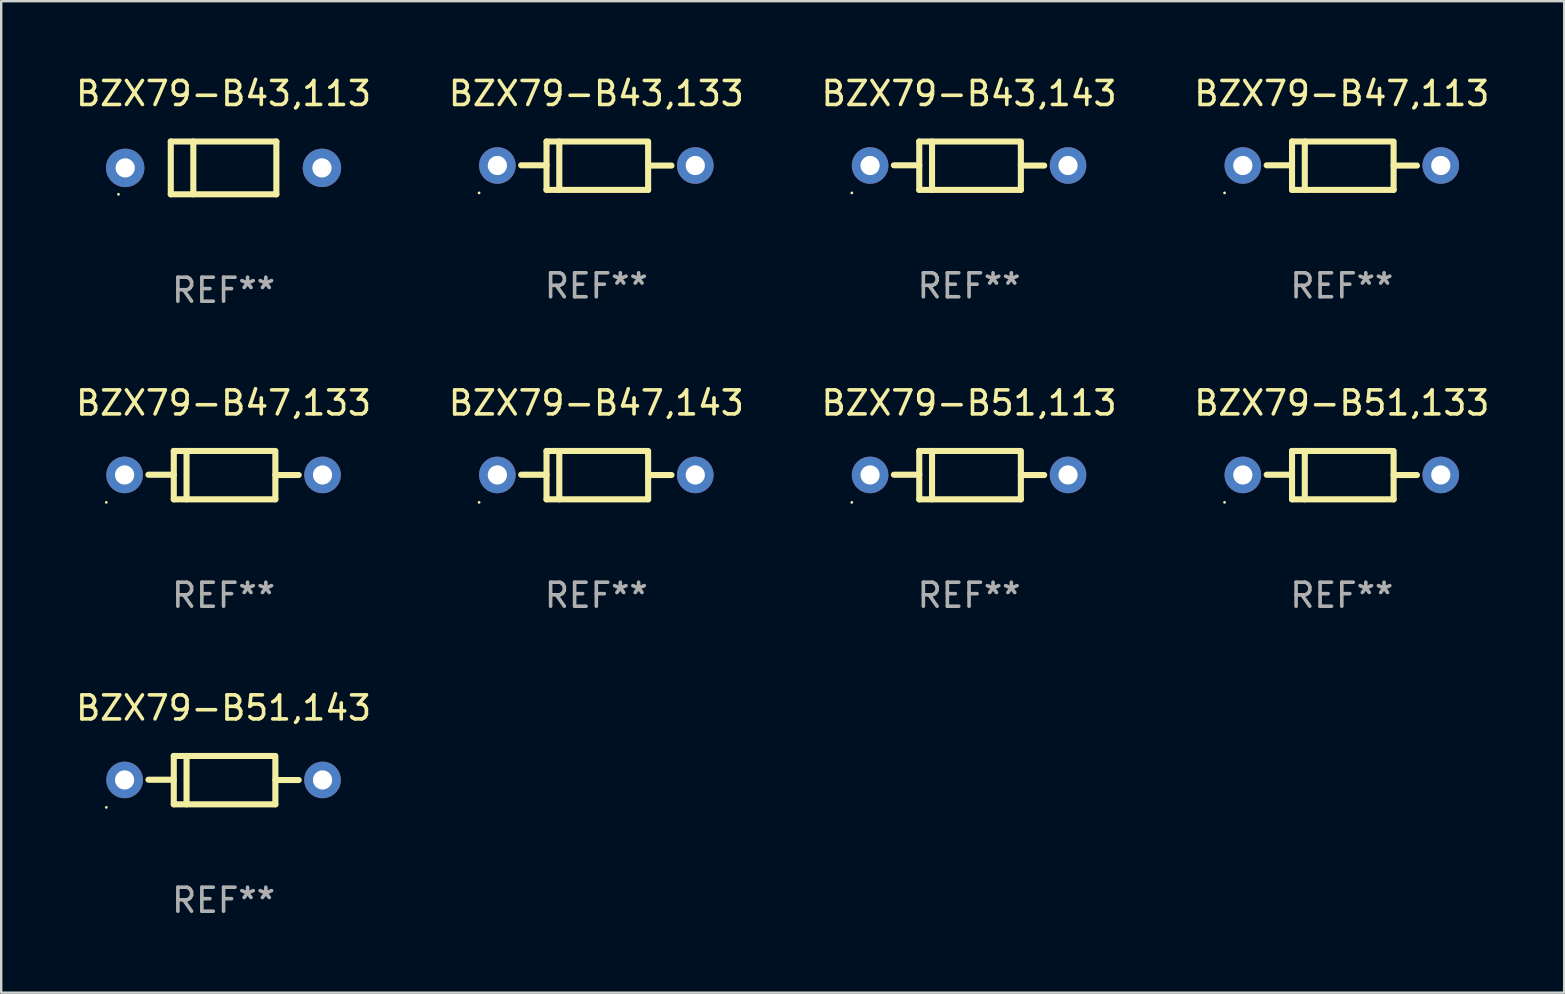
<source format=kicad_pcb>
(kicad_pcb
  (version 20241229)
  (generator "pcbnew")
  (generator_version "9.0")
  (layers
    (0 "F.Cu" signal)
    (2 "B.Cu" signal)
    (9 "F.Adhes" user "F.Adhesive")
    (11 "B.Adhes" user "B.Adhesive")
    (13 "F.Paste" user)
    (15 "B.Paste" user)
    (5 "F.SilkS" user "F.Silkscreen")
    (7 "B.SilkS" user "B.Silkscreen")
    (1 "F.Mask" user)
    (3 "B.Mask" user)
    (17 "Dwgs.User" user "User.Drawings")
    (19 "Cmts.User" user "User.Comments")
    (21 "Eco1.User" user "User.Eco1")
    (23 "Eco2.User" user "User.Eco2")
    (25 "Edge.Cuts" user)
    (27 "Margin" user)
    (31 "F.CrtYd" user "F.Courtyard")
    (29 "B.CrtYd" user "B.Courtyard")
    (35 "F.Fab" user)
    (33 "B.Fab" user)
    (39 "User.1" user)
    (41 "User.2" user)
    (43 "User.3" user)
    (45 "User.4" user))
  (footprint "BZX79-B47,113"
    (layer "F.Cu")
    (at 52.875 3.856)
    (property "Reference" "BZX79-B47,113" (at 0 -3.008 0) (layer "F.SilkS") (effects (font (size 1 1) (thickness 0.15))))
    (attr through_hole)
    (fp_line (start -2.075 -1.008) (end -2.075 1.008) (stroke (width 0.254) (type solid)) (layer "F.SilkS"))
    (fp_line (start -2.075 -0.017) (end -3.132 -0.017) (stroke (width 0.254) (type solid)) (layer "F.SilkS"))
    (fp_line (start -2.075 1.008) (end 2.159 1.008) (stroke (width 0.254) (type solid)) (layer "F.SilkS"))
    (fp_line (start -1.543 -1.008) (end -1.543 1.008) (stroke (width 0.254) (type solid)) (layer "F.SilkS"))
    (fp_line (start 2.075 -1.008) (end -2.075 -1.008) (stroke (width 0.254) (type solid)) (layer "F.SilkS"))
    (fp_line (start 2.159 -0.005) (end 3.132 -0.005) (stroke (width 0.254) (type solid)) (layer "F.SilkS"))
    (fp_line (start 2.159 1.008) (end 2.159 -1.008) (stroke (width 0.254) (type solid)) (layer "F.SilkS"))
    (fp_circle (center -4.887 1.135) (end -4.857 1.135) (stroke (width 0.06) (type solid)) (fill no) (layer "F.SilkS"))
    (fp_text user "REF**" (at 0 5.008 0) (layer "F.Fab") (effects (font (size 1 1) (thickness 0.15))))
    (pad "1" thru_hole circle (at -4.125 -0.008) (size 1.524 1.524) (drill 0.8) (layers "*.Cu" "*.Mask"))
    (pad "2" thru_hole circle (at 4.125 -0.008) (size 1.524 1.524) (drill 0.8) (layers "*.Cu" "*.Mask")))
  (footprint "BZX79-B47,143"
    (layer "F.Cu")
    (at 21.804 16.753)
    (property "Reference" "BZX79-B47,143" (at 0 -3.008 0) (layer "F.SilkS") (effects (font (size 1 1) (thickness 0.15))))
    (attr through_hole)
    (fp_line (start -2.075 -1.008) (end -2.075 1.008) (stroke (width 0.254) (type solid)) (layer "F.SilkS"))
    (fp_line (start -2.075 -0.017) (end -3.132 -0.017) (stroke (width 0.254) (type solid)) (layer "F.SilkS"))
    (fp_line (start -2.075 1.008) (end 2.159 1.008) (stroke (width 0.254) (type solid)) (layer "F.SilkS"))
    (fp_line (start -1.543 -1.008) (end -1.543 1.008) (stroke (width 0.254) (type solid)) (layer "F.SilkS"))
    (fp_line (start 2.075 -1.008) (end -2.075 -1.008) (stroke (width 0.254) (type solid)) (layer "F.SilkS"))
    (fp_line (start 2.159 -0.005) (end 3.132 -0.005) (stroke (width 0.254) (type solid)) (layer "F.SilkS"))
    (fp_line (start 2.159 1.008) (end 2.159 -1.008) (stroke (width 0.254) (type solid)) (layer "F.SilkS"))
    (fp_circle (center -4.887 1.135) (end -4.857 1.135) (stroke (width 0.06) (type solid)) (fill no) (layer "F.SilkS"))
    (fp_text user "REF**" (at 0 5.008 0) (layer "F.Fab") (effects (font (size 1 1) (thickness 0.15))))
    (pad "1" thru_hole circle (at -4.125 -0.008) (size 1.524 1.524) (drill 0.8) (layers "*.Cu" "*.Mask"))
    (pad "2" thru_hole circle (at 4.125 -0.008) (size 1.524 1.524) (drill 0.8) (layers "*.Cu" "*.Mask")))
  (footprint "BZX79-B51,113"
    (layer "F.Cu")
    (at 37.339 16.753)
    (property "Reference" "BZX79-B51,113" (at 0 -3.008 0) (layer "F.SilkS") (effects (font (size 1 1) (thickness 0.15))))
    (attr through_hole)
    (fp_line (start -2.075 -1.008) (end -2.075 1.008) (stroke (width 0.254) (type solid)) (layer "F.SilkS"))
    (fp_line (start -2.075 -0.017) (end -3.132 -0.017) (stroke (width 0.254) (type solid)) (layer "F.SilkS"))
    (fp_line (start -2.075 1.008) (end 2.159 1.008) (stroke (width 0.254) (type solid)) (layer "F.SilkS"))
    (fp_line (start -1.543 -1.008) (end -1.543 1.008) (stroke (width 0.254) (type solid)) (layer "F.SilkS"))
    (fp_line (start 2.075 -1.008) (end -2.075 -1.008) (stroke (width 0.254) (type solid)) (layer "F.SilkS"))
    (fp_line (start 2.159 -0.005) (end 3.132 -0.005) (stroke (width 0.254) (type solid)) (layer "F.SilkS"))
    (fp_line (start 2.159 1.008) (end 2.159 -1.008) (stroke (width 0.254) (type solid)) (layer "F.SilkS"))
    (fp_circle (center -4.887 1.135) (end -4.857 1.135) (stroke (width 0.06) (type solid)) (fill no) (layer "F.SilkS"))
    (fp_text user "REF**" (at 0 5.008 0) (layer "F.Fab") (effects (font (size 1 1) (thickness 0.15))))
    (pad "1" thru_hole circle (at -4.125 -0.008) (size 1.524 1.524) (drill 0.8) (layers "*.Cu" "*.Mask"))
    (pad "2" thru_hole circle (at 4.125 -0.008) (size 1.524 1.524) (drill 0.8) (layers "*.Cu" "*.Mask")))
  (footprint "BZX79-B43,143"
    (layer "F.Cu")
    (at 37.339 3.856)
    (property "Reference" "BZX79-B43,143" (at 0 -3.008 0) (layer "F.SilkS") (effects (font (size 1 1) (thickness 0.15))))
    (attr through_hole)
    (fp_line (start -2.075 -1.008) (end -2.075 1.008) (stroke (width 0.254) (type solid)) (layer "F.SilkS"))
    (fp_line (start -2.075 -0.017) (end -3.132 -0.017) (stroke (width 0.254) (type solid)) (layer "F.SilkS"))
    (fp_line (start -2.075 1.008) (end 2.159 1.008) (stroke (width 0.254) (type solid)) (layer "F.SilkS"))
    (fp_line (start -1.543 -1.008) (end -1.543 1.008) (stroke (width 0.254) (type solid)) (layer "F.SilkS"))
    (fp_line (start 2.075 -1.008) (end -2.075 -1.008) (stroke (width 0.254) (type solid)) (layer "F.SilkS"))
    (fp_line (start 2.159 -0.005) (end 3.132 -0.005) (stroke (width 0.254) (type solid)) (layer "F.SilkS"))
    (fp_line (start 2.159 1.008) (end 2.159 -1.008) (stroke (width 0.254) (type solid)) (layer "F.SilkS"))
    (fp_circle (center -4.887 1.135) (end -4.857 1.135) (stroke (width 0.06) (type solid)) (fill no) (layer "F.SilkS"))
    (fp_text user "REF**" (at 0 5.008 0) (layer "F.Fab") (effects (font (size 1 1) (thickness 0.15))))
    (pad "1" thru_hole circle (at -4.125 -0.008) (size 1.524 1.524) (drill 0.8) (layers "*.Cu" "*.Mask"))
    (pad "2" thru_hole circle (at 4.125 -0.008) (size 1.524 1.524) (drill 0.8) (layers "*.Cu" "*.Mask")))
  (footprint "BZX79-B51,143"
    (layer "F.Cu")
    (at 6.268 29.465)
    (property "Reference" "BZX79-B51,143" (at 0 -3.008 0) (layer "F.SilkS") (effects (font (size 1 1) (thickness 0.15))))
    (attr through_hole)
    (fp_line (start -2.075 -1.008) (end -2.075 1.008) (stroke (width 0.254) (type solid)) (layer "F.SilkS"))
    (fp_line (start -2.075 -0.017) (end -3.132 -0.017) (stroke (width 0.254) (type solid)) (layer "F.SilkS"))
    (fp_line (start -2.075 1.008) (end 2.159 1.008) (stroke (width 0.254) (type solid)) (layer "F.SilkS"))
    (fp_line (start -1.543 -1.008) (end -1.543 1.008) (stroke (width 0.254) (type solid)) (layer "F.SilkS"))
    (fp_line (start 2.075 -1.008) (end -2.075 -1.008) (stroke (width 0.254) (type solid)) (layer "F.SilkS"))
    (fp_line (start 2.159 -0.005) (end 3.132 -0.005) (stroke (width 0.254) (type solid)) (layer "F.SilkS"))
    (fp_line (start 2.159 1.008) (end 2.159 -1.008) (stroke (width 0.254) (type solid)) (layer "F.SilkS"))
    (fp_circle (center -4.887 1.135) (end -4.857 1.135) (stroke (width 0.06) (type solid)) (fill no) (layer "F.SilkS"))
    (fp_text user "REF**" (at 0 5.008 0) (layer "F.Fab") (effects (font (size 1 1) (thickness 0.15))))
    (pad "1" thru_hole circle (at -4.125 -0.008) (size 1.524 1.524) (drill 0.8) (layers "*.Cu" "*.Mask"))
    (pad "2" thru_hole circle (at 4.125 -0.008) (size 1.524 1.524) (drill 0.8) (layers "*.Cu" "*.Mask")))
  (footprint "BZX79-B43,133"
    (layer "F.Cu")
    (at 21.804 3.856)
    (property "Reference" "BZX79-B43,133" (at 0 -3.008 0) (layer "F.SilkS") (effects (font (size 1 1) (thickness 0.15))))
    (attr through_hole)
    (fp_line (start -2.075 -1.008) (end -2.075 1.008) (stroke (width 0.254) (type solid)) (layer "F.SilkS"))
    (fp_line (start -2.075 -0.017) (end -3.132 -0.017) (stroke (width 0.254) (type solid)) (layer "F.SilkS"))
    (fp_line (start -2.075 1.008) (end 2.159 1.008) (stroke (width 0.254) (type solid)) (layer "F.SilkS"))
    (fp_line (start -1.543 -1.008) (end -1.543 1.008) (stroke (width 0.254) (type solid)) (layer "F.SilkS"))
    (fp_line (start 2.075 -1.008) (end -2.075 -1.008) (stroke (width 0.254) (type solid)) (layer "F.SilkS"))
    (fp_line (start 2.159 -0.005) (end 3.132 -0.005) (stroke (width 0.254) (type solid)) (layer "F.SilkS"))
    (fp_line (start 2.159 1.008) (end 2.159 -1.008) (stroke (width 0.254) (type solid)) (layer "F.SilkS"))
    (fp_circle (center -4.887 1.135) (end -4.857 1.135) (stroke (width 0.06) (type solid)) (fill no) (layer "F.SilkS"))
    (fp_text user "REF**" (at 0 5.008 0) (layer "F.Fab") (effects (font (size 1 1) (thickness 0.15))))
    (pad "1" thru_hole circle (at -4.125 -0.008) (size 1.524 1.524) (drill 0.8) (layers "*.Cu" "*.Mask"))
    (pad "2" thru_hole circle (at 4.125 -0.008) (size 1.524 1.524) (drill 0.8) (layers "*.Cu" "*.Mask")))
  (footprint "BZX79-B43,113"
    (layer "F.Cu")
    (at 6.268 3.948)
    (property "Reference" "BZX79-B43,113" (at 0 -3.1 0) (layer "F.SilkS") (effects (font (size 1 1) (thickness 0.15))))
    (attr through_hole)
    (fp_line (start -2.2 -1.1) (end -2.2 1.1) (stroke (width 0.254) (type solid)) (layer "F.SilkS"))
    (fp_line (start -2.2 -1.1) (end 2.2 -1.1) (stroke (width 0.254) (type solid)) (layer "F.SilkS"))
    (fp_line (start -2.2 1.1) (end 2.2 1.1) (stroke (width 0.254) (type solid)) (layer "F.SilkS"))
    (fp_line (start -1.261 -1.1) (end -1.261 1.1) (stroke (width 0.254) (type solid)) (layer "F.SilkS"))
    (fp_line (start 2.2 -1.1) (end 2.2 1.1) (stroke (width 0.254) (type solid)) (layer "F.SilkS"))
    (fp_circle (center -4.38 1.1) (end -4.35 1.1) (stroke (width 0.06) (type solid)) (fill no) (layer "F.SilkS"))
    (fp_text user "REF**" (at 0 5.1 0) (layer "F.Fab") (effects (font (size 1 1) (thickness 0.15))))
    (pad "1" thru_hole circle (at -4.1 0) (size 1.6 1.6) (drill 0.8) (layers "*.Cu" "*.Mask"))
    (pad "2" thru_hole circle (at 4.1 0) (size 1.6 1.6) (drill 0.8) (layers "*.Cu" "*.Mask")))
  (footprint "BZX79-B51,133"
    (layer "F.Cu")
    (at 52.875 16.753)
    (property "Reference" "BZX79-B51,133" (at 0 -3.008 0) (layer "F.SilkS") (effects (font (size 1 1) (thickness 0.15))))
    (attr through_hole)
    (fp_line (start -2.075 -1.008) (end -2.075 1.008) (stroke (width 0.254) (type solid)) (layer "F.SilkS"))
    (fp_line (start -2.075 -0.017) (end -3.132 -0.017) (stroke (width 0.254) (type solid)) (layer "F.SilkS"))
    (fp_line (start -2.075 1.008) (end 2.159 1.008) (stroke (width 0.254) (type solid)) (layer "F.SilkS"))
    (fp_line (start -1.543 -1.008) (end -1.543 1.008) (stroke (width 0.254) (type solid)) (layer "F.SilkS"))
    (fp_line (start 2.075 -1.008) (end -2.075 -1.008) (stroke (width 0.254) (type solid)) (layer "F.SilkS"))
    (fp_line (start 2.159 -0.005) (end 3.132 -0.005) (stroke (width 0.254) (type solid)) (layer "F.SilkS"))
    (fp_line (start 2.159 1.008) (end 2.159 -1.008) (stroke (width 0.254) (type solid)) (layer "F.SilkS"))
    (fp_circle (center -4.887 1.135) (end -4.857 1.135) (stroke (width 0.06) (type solid)) (fill no) (layer "F.SilkS"))
    (fp_text user "REF**" (at 0 5.008 0) (layer "F.Fab") (effects (font (size 1 1) (thickness 0.15))))
    (pad "1" thru_hole circle (at -4.125 -0.008) (size 1.524 1.524) (drill 0.8) (layers "*.Cu" "*.Mask"))
    (pad "2" thru_hole circle (at 4.125 -0.008) (size 1.524 1.524) (drill 0.8) (layers "*.Cu" "*.Mask")))
  (footprint "BZX79-B47,133"
    (layer "F.Cu")
    (at 6.268 16.753)
    (property "Reference" "BZX79-B47,133" (at 0 -3.008 0) (layer "F.SilkS") (effects (font (size 1 1) (thickness 0.15))))
    (attr through_hole)
    (fp_line (start -2.075 -1.008) (end -2.075 1.008) (stroke (width 0.254) (type solid)) (layer "F.SilkS"))
    (fp_line (start -2.075 -0.017) (end -3.132 -0.017) (stroke (width 0.254) (type solid)) (layer "F.SilkS"))
    (fp_line (start -2.075 1.008) (end 2.159 1.008) (stroke (width 0.254) (type solid)) (layer "F.SilkS"))
    (fp_line (start -1.543 -1.008) (end -1.543 1.008) (stroke (width 0.254) (type solid)) (layer "F.SilkS"))
    (fp_line (start 2.075 -1.008) (end -2.075 -1.008) (stroke (width 0.254) (type solid)) (layer "F.SilkS"))
    (fp_line (start 2.159 -0.005) (end 3.132 -0.005) (stroke (width 0.254) (type solid)) (layer "F.SilkS"))
    (fp_line (start 2.159 1.008) (end 2.159 -1.008) (stroke (width 0.254) (type solid)) (layer "F.SilkS"))
    (fp_circle (center -4.887 1.135) (end -4.857 1.135) (stroke (width 0.06) (type solid)) (fill no) (layer "F.SilkS"))
    (fp_text user "REF**" (at 0 5.008 0) (layer "F.Fab") (effects (font (size 1 1) (thickness 0.15))))
    (pad "1" thru_hole circle (at -4.125 -0.008) (size 1.524 1.524) (drill 0.8) (layers "*.Cu" "*.Mask"))
    (pad "2" thru_hole circle (at 4.125 -0.008) (size 1.524 1.524) (drill 0.8) (layers "*.Cu" "*.Mask")))
  (gr_rect
    (start -3 -3)
    (end 62.143 38.322)
    (stroke (width 0.1) (type default))
    (fill no)
    (layer "Edge.Cuts")))
</source>
